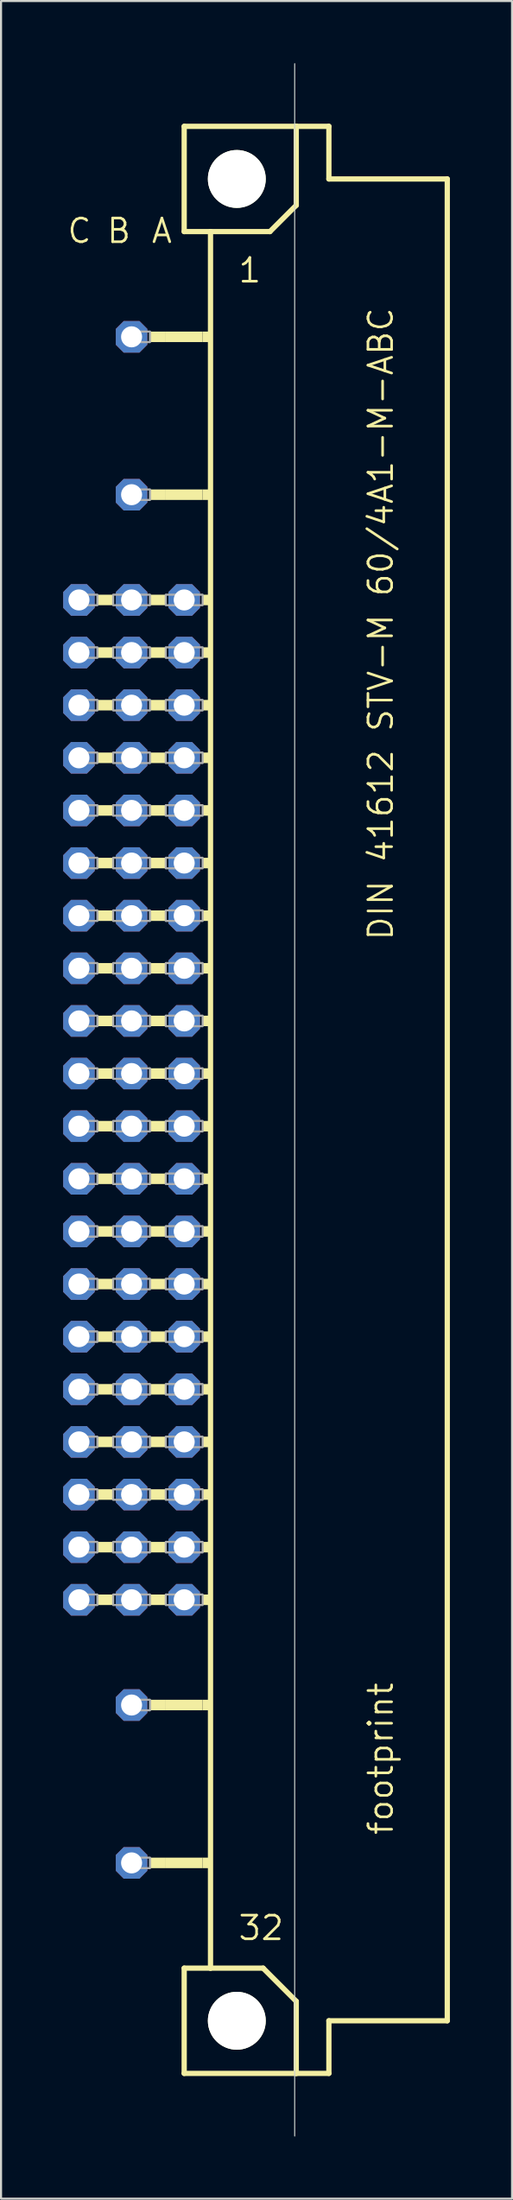
<source format=kicad_pcb>
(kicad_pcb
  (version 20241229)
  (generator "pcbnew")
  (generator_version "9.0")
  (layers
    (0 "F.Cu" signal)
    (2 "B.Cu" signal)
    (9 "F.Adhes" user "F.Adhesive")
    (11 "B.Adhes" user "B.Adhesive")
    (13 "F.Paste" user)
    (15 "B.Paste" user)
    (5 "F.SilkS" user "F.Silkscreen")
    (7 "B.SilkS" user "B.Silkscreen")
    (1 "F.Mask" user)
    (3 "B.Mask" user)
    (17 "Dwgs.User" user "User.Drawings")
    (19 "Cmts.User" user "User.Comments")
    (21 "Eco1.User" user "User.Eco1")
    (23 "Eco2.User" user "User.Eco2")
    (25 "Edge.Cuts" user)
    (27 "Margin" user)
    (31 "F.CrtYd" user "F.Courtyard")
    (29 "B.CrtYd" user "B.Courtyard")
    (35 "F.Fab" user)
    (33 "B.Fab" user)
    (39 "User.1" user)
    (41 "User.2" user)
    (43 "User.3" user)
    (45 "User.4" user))
  (footprint "footprint"
    (layer "F.Cu")
    (at 8.382 50.038)
    (property "Reference" "footprint" (at 7.62 35.56 90) (layer "F.SilkS") (effects (font (size 1.143 1.143) (thickness 0.127)) (justify left bottom)))
    (fp_line (start -2.54 -46.99) (end -2.54 -41.91) (stroke (width 0.254) (type solid)) (layer "F.SilkS"))
    (fp_line (start -2.54 -41.91) (end -1.27 -41.91) (stroke (width 0.254) (type solid)) (layer "F.SilkS"))
    (fp_line (start -2.54 41.91) (end -2.54 46.99) (stroke (width 0.254) (type solid)) (layer "F.SilkS"))
    (fp_line (start -2.54 41.91) (end -1.27 41.91) (stroke (width 0.254) (type solid)) (layer "F.SilkS"))
    (fp_line (start -2.54 46.99) (end 2.87 46.99) (stroke (width 0.254) (type solid)) (layer "F.SilkS"))
    (fp_line (start -1.27 -41.91) (end -1.27 41.91) (stroke (width 0.254) (type solid)) (layer "F.SilkS"))
    (fp_line (start -1.27 -41.91) (end 1.6 -41.91) (stroke (width 0.254) (type solid)) (layer "F.SilkS"))
    (fp_line (start -1.27 41.91) (end 1.27 41.91) (stroke (width 0.254) (type solid)) (layer "F.SilkS"))
    (fp_line (start 1.6 -41.91) (end 2.87 -43.18) (stroke (width 0.254) (type solid)) (layer "F.SilkS"))
    (fp_line (start 2.87 -46.99) (end -2.54 -46.99) (stroke (width 0.254) (type solid)) (layer "F.SilkS"))
    (fp_line (start 2.87 -43.18) (end 2.87 -46.99) (stroke (width 0.254) (type solid)) (layer "F.SilkS"))
    (fp_line (start 2.87 43.51) (end 1.27 41.91) (stroke (width 0.254) (type solid)) (layer "F.SilkS"))
    (fp_line (start 2.87 43.51) (end 2.87 46.99) (stroke (width 0.254) (type solid)) (layer "F.SilkS"))
    (fp_line (start 2.87 46.99) (end 4.445 46.99) (stroke (width 0.254) (type solid)) (layer "F.SilkS"))
    (fp_line (start 4.445 -46.99) (end 2.87 -46.99) (stroke (width 0.254) (type solid)) (layer "F.SilkS"))
    (fp_line (start 4.445 -44.45) (end 4.445 -46.99) (stroke (width 0.254) (type solid)) (layer "F.SilkS"))
    (fp_line (start 4.445 44.45) (end 10.16 44.45) (stroke (width 0.254) (type solid)) (layer "F.SilkS"))
    (fp_line (start 4.445 46.99) (end 4.445 44.45) (stroke (width 0.254) (type solid)) (layer "F.SilkS"))
    (fp_line (start 10.16 -44.45) (end 4.445 -44.45) (stroke (width 0.254) (type solid)) (layer "F.SilkS"))
    (fp_line (start 10.16 44.45) (end 10.16 -44.45) (stroke (width 0.254) (type solid)) (layer "F.SilkS"))
    (fp_circle (center 0 -44.45) (end 1.27 -44.45) (stroke (width 0.254) (type solid)) (fill no) (layer "F.SilkS"))
    (fp_circle (center 0 44.45) (end 1.27 44.45) (stroke (width 0.254) (type solid)) (fill no) (layer "F.SilkS"))
    (fp_poly (pts (xy -6.731 -23.876) (xy -5.969 -23.876) (xy -5.969 -24.384) (xy -6.731 -24.384)) (stroke (width 0) (type solid)) (fill yes) (layer "F.SilkS"))
    (fp_poly (pts (xy -6.731 -21.336) (xy -5.969 -21.336) (xy -5.969 -21.844) (xy -6.731 -21.844)) (stroke (width 0) (type solid)) (fill yes) (layer "F.SilkS"))
    (fp_poly (pts (xy -6.731 -18.796) (xy -5.969 -18.796) (xy -5.969 -19.304) (xy -6.731 -19.304)) (stroke (width 0) (type solid)) (fill yes) (layer "F.SilkS"))
    (fp_poly (pts (xy -6.731 -16.256) (xy -5.969 -16.256) (xy -5.969 -16.764) (xy -6.731 -16.764)) (stroke (width 0) (type solid)) (fill yes) (layer "F.SilkS"))
    (fp_poly (pts (xy -6.731 -13.716) (xy -5.969 -13.716) (xy -5.969 -14.224) (xy -6.731 -14.224)) (stroke (width 0) (type solid)) (fill yes) (layer "F.SilkS"))
    (fp_poly (pts (xy -6.731 -11.176) (xy -5.969 -11.176) (xy -5.969 -11.684) (xy -6.731 -11.684)) (stroke (width 0) (type solid)) (fill yes) (layer "F.SilkS"))
    (fp_poly (pts (xy -6.731 -8.636) (xy -5.969 -8.636) (xy -5.969 -9.144) (xy -6.731 -9.144)) (stroke (width 0) (type solid)) (fill yes) (layer "F.SilkS"))
    (fp_poly (pts (xy -6.731 -6.096) (xy -5.969 -6.096) (xy -5.969 -6.604) (xy -6.731 -6.604)) (stroke (width 0) (type solid)) (fill yes) (layer "F.SilkS"))
    (fp_poly (pts (xy -6.731 -3.556) (xy -5.969 -3.556) (xy -5.969 -4.064) (xy -6.731 -4.064)) (stroke (width 0) (type solid)) (fill yes) (layer "F.SilkS"))
    (fp_poly (pts (xy -6.731 -1.016) (xy -5.969 -1.016) (xy -5.969 -1.524) (xy -6.731 -1.524)) (stroke (width 0) (type solid)) (fill yes) (layer "F.SilkS"))
    (fp_poly (pts (xy -6.731 1.524) (xy -5.969 1.524) (xy -5.969 1.016) (xy -6.731 1.016)) (stroke (width 0) (type solid)) (fill yes) (layer "F.SilkS"))
    (fp_poly (pts (xy -6.731 4.064) (xy -5.969 4.064) (xy -5.969 3.556) (xy -6.731 3.556)) (stroke (width 0) (type solid)) (fill yes) (layer "F.SilkS"))
    (fp_poly (pts (xy -6.731 6.604) (xy -5.969 6.604) (xy -5.969 6.096) (xy -6.731 6.096)) (stroke (width 0) (type solid)) (fill yes) (layer "F.SilkS"))
    (fp_poly (pts (xy -6.731 9.144) (xy -5.969 9.144) (xy -5.969 8.636) (xy -6.731 8.636)) (stroke (width 0) (type solid)) (fill yes) (layer "F.SilkS"))
    (fp_poly (pts (xy -6.731 11.684) (xy -5.969 11.684) (xy -5.969 11.176) (xy -6.731 11.176)) (stroke (width 0) (type solid)) (fill yes) (layer "F.SilkS"))
    (fp_poly (pts (xy -6.731 14.224) (xy -5.969 14.224) (xy -5.969 13.716) (xy -6.731 13.716)) (stroke (width 0) (type solid)) (fill yes) (layer "F.SilkS"))
    (fp_poly (pts (xy -6.731 16.764) (xy -5.969 16.764) (xy -5.969 16.256) (xy -6.731 16.256)) (stroke (width 0) (type solid)) (fill yes) (layer "F.SilkS"))
    (fp_poly (pts (xy -6.731 19.304) (xy -5.969 19.304) (xy -5.969 18.796) (xy -6.731 18.796)) (stroke (width 0) (type solid)) (fill yes) (layer "F.SilkS"))
    (fp_poly (pts (xy -6.731 21.844) (xy -5.969 21.844) (xy -5.969 21.336) (xy -6.731 21.336)) (stroke (width 0) (type solid)) (fill yes) (layer "F.SilkS"))
    (fp_poly (pts (xy -6.731 24.384) (xy -5.969 24.384) (xy -5.969 23.876) (xy -6.731 23.876)) (stroke (width 0) (type solid)) (fill yes) (layer "F.SilkS"))
    (fp_poly (pts (xy -4.191 -36.576) (xy -3.429 -36.576) (xy -3.429 -37.084) (xy -4.191 -37.084)) (stroke (width 0) (type solid)) (fill yes) (layer "F.SilkS"))
    (fp_poly (pts (xy -4.191 -28.956) (xy -3.429 -28.956) (xy -3.429 -29.464) (xy -4.191 -29.464)) (stroke (width 0) (type solid)) (fill yes) (layer "F.SilkS"))
    (fp_poly (pts (xy -4.191 -23.876) (xy -3.429 -23.876) (xy -3.429 -24.384) (xy -4.191 -24.384)) (stroke (width 0) (type solid)) (fill yes) (layer "F.SilkS"))
    (fp_poly (pts (xy -4.191 -21.336) (xy -3.429 -21.336) (xy -3.429 -21.844) (xy -4.191 -21.844)) (stroke (width 0) (type solid)) (fill yes) (layer "F.SilkS"))
    (fp_poly (pts (xy -4.191 -18.796) (xy -3.429 -18.796) (xy -3.429 -19.304) (xy -4.191 -19.304)) (stroke (width 0) (type solid)) (fill yes) (layer "F.SilkS"))
    (fp_poly (pts (xy -4.191 -16.256) (xy -3.429 -16.256) (xy -3.429 -16.764) (xy -4.191 -16.764)) (stroke (width 0) (type solid)) (fill yes) (layer "F.SilkS"))
    (fp_poly (pts (xy -4.191 -13.716) (xy -3.429 -13.716) (xy -3.429 -14.224) (xy -4.191 -14.224)) (stroke (width 0) (type solid)) (fill yes) (layer "F.SilkS"))
    (fp_poly (pts (xy -4.191 -11.176) (xy -3.429 -11.176) (xy -3.429 -11.684) (xy -4.191 -11.684)) (stroke (width 0) (type solid)) (fill yes) (layer "F.SilkS"))
    (fp_poly (pts (xy -4.191 -8.636) (xy -3.429 -8.636) (xy -3.429 -9.144) (xy -4.191 -9.144)) (stroke (width 0) (type solid)) (fill yes) (layer "F.SilkS"))
    (fp_poly (pts (xy -4.191 -6.096) (xy -3.429 -6.096) (xy -3.429 -6.604) (xy -4.191 -6.604)) (stroke (width 0) (type solid)) (fill yes) (layer "F.SilkS"))
    (fp_poly (pts (xy -4.191 -3.556) (xy -3.429 -3.556) (xy -3.429 -4.064) (xy -4.191 -4.064)) (stroke (width 0) (type solid)) (fill yes) (layer "F.SilkS"))
    (fp_poly (pts (xy -4.191 -1.016) (xy -3.429 -1.016) (xy -3.429 -1.524) (xy -4.191 -1.524)) (stroke (width 0) (type solid)) (fill yes) (layer "F.SilkS"))
    (fp_poly (pts (xy -4.191 1.524) (xy -3.429 1.524) (xy -3.429 1.016) (xy -4.191 1.016)) (stroke (width 0) (type solid)) (fill yes) (layer "F.SilkS"))
    (fp_poly (pts (xy -4.191 4.064) (xy -3.429 4.064) (xy -3.429 3.556) (xy -4.191 3.556)) (stroke (width 0) (type solid)) (fill yes) (layer "F.SilkS"))
    (fp_poly (pts (xy -4.191 6.604) (xy -3.429 6.604) (xy -3.429 6.096) (xy -4.191 6.096)) (stroke (width 0) (type solid)) (fill yes) (layer "F.SilkS"))
    (fp_poly (pts (xy -4.191 9.144) (xy -3.429 9.144) (xy -3.429 8.636) (xy -4.191 8.636)) (stroke (width 0) (type solid)) (fill yes) (layer "F.SilkS"))
    (fp_poly (pts (xy -4.191 11.684) (xy -3.429 11.684) (xy -3.429 11.176) (xy -4.191 11.176)) (stroke (width 0) (type solid)) (fill yes) (layer "F.SilkS"))
    (fp_poly (pts (xy -4.191 14.224) (xy -3.429 14.224) (xy -3.429 13.716) (xy -4.191 13.716)) (stroke (width 0) (type solid)) (fill yes) (layer "F.SilkS"))
    (fp_poly (pts (xy -4.191 16.764) (xy -3.429 16.764) (xy -3.429 16.256) (xy -4.191 16.256)) (stroke (width 0) (type solid)) (fill yes) (layer "F.SilkS"))
    (fp_poly (pts (xy -4.191 19.304) (xy -3.429 19.304) (xy -3.429 18.796) (xy -4.191 18.796)) (stroke (width 0) (type solid)) (fill yes) (layer "F.SilkS"))
    (fp_poly (pts (xy -4.191 21.844) (xy -3.429 21.844) (xy -3.429 21.336) (xy -4.191 21.336)) (stroke (width 0) (type solid)) (fill yes) (layer "F.SilkS"))
    (fp_poly (pts (xy -4.191 24.384) (xy -3.429 24.384) (xy -3.429 23.876) (xy -4.191 23.876)) (stroke (width 0) (type solid)) (fill yes) (layer "F.SilkS"))
    (fp_poly (pts (xy -4.191 29.464) (xy -3.429 29.464) (xy -3.429 28.956) (xy -4.191 28.956)) (stroke (width 0) (type solid)) (fill yes) (layer "F.SilkS"))
    (fp_poly (pts (xy -4.191 37.084) (xy -3.429 37.084) (xy -3.429 36.576) (xy -4.191 36.576)) (stroke (width 0) (type solid)) (fill yes) (layer "F.SilkS"))
    (fp_poly (pts (xy -3.429 -36.576) (xy -1.651 -36.576) (xy -1.651 -37.084) (xy -3.429 -37.084)) (stroke (width 0) (type solid)) (fill yes) (layer "F.SilkS"))
    (fp_poly (pts (xy -3.429 -28.956) (xy -1.651 -28.956) (xy -1.651 -29.464) (xy -3.429 -29.464)) (stroke (width 0) (type solid)) (fill yes) (layer "F.SilkS"))
    (fp_poly (pts (xy -3.429 29.464) (xy -1.651 29.464) (xy -1.651 28.956) (xy -3.429 28.956)) (stroke (width 0) (type solid)) (fill yes) (layer "F.SilkS"))
    (fp_poly (pts (xy -3.429 37.084) (xy -1.651 37.084) (xy -1.651 36.576) (xy -3.429 36.576)) (stroke (width 0) (type solid)) (fill yes) (layer "F.SilkS"))
    (fp_poly (pts (xy -1.651 -36.576) (xy -1.27 -36.576) (xy -1.27 -37.084) (xy -1.651 -37.084)) (stroke (width 0) (type solid)) (fill yes) (layer "F.SilkS"))
    (fp_poly (pts (xy -1.651 -28.956) (xy -1.27 -28.956) (xy -1.27 -29.464) (xy -1.651 -29.464)) (stroke (width 0) (type solid)) (fill yes) (layer "F.SilkS"))
    (fp_poly (pts (xy -1.651 -23.876) (xy -1.27 -23.876) (xy -1.27 -24.384) (xy -1.651 -24.384)) (stroke (width 0) (type solid)) (fill yes) (layer "F.SilkS"))
    (fp_poly (pts (xy -1.651 -21.336) (xy -1.27 -21.336) (xy -1.27 -21.844) (xy -1.651 -21.844)) (stroke (width 0) (type solid)) (fill yes) (layer "F.SilkS"))
    (fp_poly (pts (xy -1.651 -18.796) (xy -1.27 -18.796) (xy -1.27 -19.304) (xy -1.651 -19.304)) (stroke (width 0) (type solid)) (fill yes) (layer "F.SilkS"))
    (fp_poly (pts (xy -1.651 -16.256) (xy -1.27 -16.256) (xy -1.27 -16.764) (xy -1.651 -16.764)) (stroke (width 0) (type solid)) (fill yes) (layer "F.SilkS"))
    (fp_poly (pts (xy -1.651 -13.716) (xy -1.27 -13.716) (xy -1.27 -14.224) (xy -1.651 -14.224)) (stroke (width 0) (type solid)) (fill yes) (layer "F.SilkS"))
    (fp_poly (pts (xy -1.651 -11.176) (xy -1.27 -11.176) (xy -1.27 -11.684) (xy -1.651 -11.684)) (stroke (width 0) (type solid)) (fill yes) (layer "F.SilkS"))
    (fp_poly (pts (xy -1.651 -8.636) (xy -1.27 -8.636) (xy -1.27 -9.144) (xy -1.651 -9.144)) (stroke (width 0) (type solid)) (fill yes) (layer "F.SilkS"))
    (fp_poly (pts (xy -1.651 -6.096) (xy -1.27 -6.096) (xy -1.27 -6.604) (xy -1.651 -6.604)) (stroke (width 0) (type solid)) (fill yes) (layer "F.SilkS"))
    (fp_poly (pts (xy -1.651 -3.556) (xy -1.27 -3.556) (xy -1.27 -4.064) (xy -1.651 -4.064)) (stroke (width 0) (type solid)) (fill yes) (layer "F.SilkS"))
    (fp_poly (pts (xy -1.651 -1.016) (xy -1.27 -1.016) (xy -1.27 -1.524) (xy -1.651 -1.524)) (stroke (width 0) (type solid)) (fill yes) (layer "F.SilkS"))
    (fp_poly (pts (xy -1.651 1.524) (xy -1.27 1.524) (xy -1.27 1.016) (xy -1.651 1.016)) (stroke (width 0) (type solid)) (fill yes) (layer "F.SilkS"))
    (fp_poly (pts (xy -1.651 4.064) (xy -1.27 4.064) (xy -1.27 3.556) (xy -1.651 3.556)) (stroke (width 0) (type solid)) (fill yes) (layer "F.SilkS"))
    (fp_poly (pts (xy -1.651 6.604) (xy -1.27 6.604) (xy -1.27 6.096) (xy -1.651 6.096)) (stroke (width 0) (type solid)) (fill yes) (layer "F.SilkS"))
    (fp_poly (pts (xy -1.651 9.144) (xy -1.27 9.144) (xy -1.27 8.636) (xy -1.651 8.636)) (stroke (width 0) (type solid)) (fill yes) (layer "F.SilkS"))
    (fp_poly (pts (xy -1.651 11.684) (xy -1.27 11.684) (xy -1.27 11.176) (xy -1.651 11.176)) (stroke (width 0) (type solid)) (fill yes) (layer "F.SilkS"))
    (fp_poly (pts (xy -1.651 14.224) (xy -1.27 14.224) (xy -1.27 13.716) (xy -1.651 13.716)) (stroke (width 0) (type solid)) (fill yes) (layer "F.SilkS"))
    (fp_poly (pts (xy -1.651 16.764) (xy -1.27 16.764) (xy -1.27 16.256) (xy -1.651 16.256)) (stroke (width 0) (type solid)) (fill yes) (layer "F.SilkS"))
    (fp_poly (pts (xy -1.651 19.304) (xy -1.27 19.304) (xy -1.27 18.796) (xy -1.651 18.796)) (stroke (width 0) (type solid)) (fill yes) (layer "F.SilkS"))
    (fp_poly (pts (xy -1.651 21.844) (xy -1.27 21.844) (xy -1.27 21.336) (xy -1.651 21.336)) (stroke (width 0) (type solid)) (fill yes) (layer "F.SilkS"))
    (fp_poly (pts (xy -1.651 24.384) (xy -1.27 24.384) (xy -1.27 23.876) (xy -1.651 23.876)) (stroke (width 0) (type solid)) (fill yes) (layer "F.SilkS"))
    (fp_poly (pts (xy -1.651 29.464) (xy -1.27 29.464) (xy -1.27 28.956) (xy -1.651 28.956)) (stroke (width 0) (type solid)) (fill yes) (layer "F.SilkS"))
    (fp_poly (pts (xy -1.651 37.084) (xy -1.27 37.084) (xy -1.27 36.576) (xy -1.651 36.576)) (stroke (width 0) (type solid)) (fill yes) (layer "F.SilkS"))
    (fp_line (start 2.794 50.013) (end 2.794 -50.013) (stroke (width 0.05) (type solid)) (layer "Edge.Cuts"))
    (fp_poly (pts (xy -7.874 -23.876) (xy -6.731 -23.876) (xy -6.731 -24.384) (xy -7.874 -24.384)) (stroke (width 0.1) (type solid)) (fill no) (layer "F.Fab"))
    (fp_poly (pts (xy -7.874 -21.336) (xy -6.731 -21.336) (xy -6.731 -21.844) (xy -7.874 -21.844)) (stroke (width 0.1) (type solid)) (fill no) (layer "F.Fab"))
    (fp_poly (pts (xy -7.874 -18.796) (xy -6.731 -18.796) (xy -6.731 -19.304) (xy -7.874 -19.304)) (stroke (width 0.1) (type solid)) (fill no) (layer "F.Fab"))
    (fp_poly (pts (xy -7.874 -16.256) (xy -6.731 -16.256) (xy -6.731 -16.764) (xy -7.874 -16.764)) (stroke (width 0.1) (type solid)) (fill no) (layer "F.Fab"))
    (fp_poly (pts (xy -7.874 -13.716) (xy -6.731 -13.716) (xy -6.731 -14.224) (xy -7.874 -14.224)) (stroke (width 0.1) (type solid)) (fill no) (layer "F.Fab"))
    (fp_poly (pts (xy -7.874 -11.176) (xy -6.731 -11.176) (xy -6.731 -11.684) (xy -7.874 -11.684)) (stroke (width 0.1) (type solid)) (fill no) (layer "F.Fab"))
    (fp_poly (pts (xy -7.874 -8.636) (xy -6.731 -8.636) (xy -6.731 -9.144) (xy -7.874 -9.144)) (stroke (width 0.1) (type solid)) (fill no) (layer "F.Fab"))
    (fp_poly (pts (xy -7.874 -6.096) (xy -6.731 -6.096) (xy -6.731 -6.604) (xy -7.874 -6.604)) (stroke (width 0.1) (type solid)) (fill no) (layer "F.Fab"))
    (fp_poly (pts (xy -7.874 -3.556) (xy -6.731 -3.556) (xy -6.731 -4.064) (xy -7.874 -4.064)) (stroke (width 0.1) (type solid)) (fill no) (layer "F.Fab"))
    (fp_poly (pts (xy -7.874 -1.016) (xy -6.731 -1.016) (xy -6.731 -1.524) (xy -7.874 -1.524)) (stroke (width 0.1) (type solid)) (fill no) (layer "F.Fab"))
    (fp_poly (pts (xy -7.874 1.524) (xy -6.731 1.524) (xy -6.731 1.016) (xy -7.874 1.016)) (stroke (width 0.1) (type solid)) (fill no) (layer "F.Fab"))
    (fp_poly (pts (xy -7.874 4.064) (xy -6.731 4.064) (xy -6.731 3.556) (xy -7.874 3.556)) (stroke (width 0.1) (type solid)) (fill no) (layer "F.Fab"))
    (fp_poly (pts (xy -7.874 6.604) (xy -6.731 6.604) (xy -6.731 6.096) (xy -7.874 6.096)) (stroke (width 0.1) (type solid)) (fill no) (layer "F.Fab"))
    (fp_poly (pts (xy -7.874 9.144) (xy -6.731 9.144) (xy -6.731 8.636) (xy -7.874 8.636)) (stroke (width 0.1) (type solid)) (fill no) (layer "F.Fab"))
    (fp_poly (pts (xy -7.874 11.684) (xy -6.731 11.684) (xy -6.731 11.176) (xy -7.874 11.176)) (stroke (width 0.1) (type solid)) (fill no) (layer "F.Fab"))
    (fp_poly (pts (xy -7.874 14.224) (xy -6.731 14.224) (xy -6.731 13.716) (xy -7.874 13.716)) (stroke (width 0.1) (type solid)) (fill no) (layer "F.Fab"))
    (fp_poly (pts (xy -7.874 16.764) (xy -6.731 16.764) (xy -6.731 16.256) (xy -7.874 16.256)) (stroke (width 0.1) (type solid)) (fill no) (layer "F.Fab"))
    (fp_poly (pts (xy -7.874 19.304) (xy -6.731 19.304) (xy -6.731 18.796) (xy -7.874 18.796)) (stroke (width 0.1) (type solid)) (fill no) (layer "F.Fab"))
    (fp_poly (pts (xy -7.874 21.844) (xy -6.731 21.844) (xy -6.731 21.336) (xy -7.874 21.336)) (stroke (width 0.1) (type solid)) (fill no) (layer "F.Fab"))
    (fp_poly (pts (xy -7.874 24.384) (xy -6.731 24.384) (xy -6.731 23.876) (xy -7.874 23.876)) (stroke (width 0.1) (type solid)) (fill no) (layer "F.Fab"))
    (fp_poly (pts (xy -5.969 -23.876) (xy -4.191 -23.876) (xy -4.191 -24.384) (xy -5.969 -24.384)) (stroke (width 0.1) (type solid)) (fill no) (layer "F.Fab"))
    (fp_poly (pts (xy -5.969 -21.336) (xy -4.191 -21.336) (xy -4.191 -21.844) (xy -5.969 -21.844)) (stroke (width 0.1) (type solid)) (fill no) (layer "F.Fab"))
    (fp_poly (pts (xy -5.969 -18.796) (xy -4.191 -18.796) (xy -4.191 -19.304) (xy -5.969 -19.304)) (stroke (width 0.1) (type solid)) (fill no) (layer "F.Fab"))
    (fp_poly (pts (xy -5.969 -16.256) (xy -4.191 -16.256) (xy -4.191 -16.764) (xy -5.969 -16.764)) (stroke (width 0.1) (type solid)) (fill no) (layer "F.Fab"))
    (fp_poly (pts (xy -5.969 -13.716) (xy -4.191 -13.716) (xy -4.191 -14.224) (xy -5.969 -14.224)) (stroke (width 0.1) (type solid)) (fill no) (layer "F.Fab"))
    (fp_poly (pts (xy -5.969 -11.176) (xy -4.191 -11.176) (xy -4.191 -11.684) (xy -5.969 -11.684)) (stroke (width 0.1) (type solid)) (fill no) (layer "F.Fab"))
    (fp_poly (pts (xy -5.969 -8.636) (xy -4.191 -8.636) (xy -4.191 -9.144) (xy -5.969 -9.144)) (stroke (width 0.1) (type solid)) (fill no) (layer "F.Fab"))
    (fp_poly (pts (xy -5.969 -6.096) (xy -4.191 -6.096) (xy -4.191 -6.604) (xy -5.969 -6.604)) (stroke (width 0.1) (type solid)) (fill no) (layer "F.Fab"))
    (fp_poly (pts (xy -5.969 -3.556) (xy -4.191 -3.556) (xy -4.191 -4.064) (xy -5.969 -4.064)) (stroke (width 0.1) (type solid)) (fill no) (layer "F.Fab"))
    (fp_poly (pts (xy -5.969 -1.016) (xy -4.191 -1.016) (xy -4.191 -1.524) (xy -5.969 -1.524)) (stroke (width 0.1) (type solid)) (fill no) (layer "F.Fab"))
    (fp_poly (pts (xy -5.969 1.524) (xy -4.191 1.524) (xy -4.191 1.016) (xy -5.969 1.016)) (stroke (width 0.1) (type solid)) (fill no) (layer "F.Fab"))
    (fp_poly (pts (xy -5.969 4.064) (xy -4.191 4.064) (xy -4.191 3.556) (xy -5.969 3.556)) (stroke (width 0.1) (type solid)) (fill no) (layer "F.Fab"))
    (fp_poly (pts (xy -5.969 6.604) (xy -4.191 6.604) (xy -4.191 6.096) (xy -5.969 6.096)) (stroke (width 0.1) (type solid)) (fill no) (layer "F.Fab"))
    (fp_poly (pts (xy -5.969 9.144) (xy -4.191 9.144) (xy -4.191 8.636) (xy -5.969 8.636)) (stroke (width 0.1) (type solid)) (fill no) (layer "F.Fab"))
    (fp_poly (pts (xy -5.969 11.684) (xy -4.191 11.684) (xy -4.191 11.176) (xy -5.969 11.176)) (stroke (width 0.1) (type solid)) (fill no) (layer "F.Fab"))
    (fp_poly (pts (xy -5.969 14.224) (xy -4.191 14.224) (xy -4.191 13.716) (xy -5.969 13.716)) (stroke (width 0.1) (type solid)) (fill no) (layer "F.Fab"))
    (fp_poly (pts (xy -5.969 16.764) (xy -4.191 16.764) (xy -4.191 16.256) (xy -5.969 16.256)) (stroke (width 0.1) (type solid)) (fill no) (layer "F.Fab"))
    (fp_poly (pts (xy -5.969 19.304) (xy -4.191 19.304) (xy -4.191 18.796) (xy -5.969 18.796)) (stroke (width 0.1) (type solid)) (fill no) (layer "F.Fab"))
    (fp_poly (pts (xy -5.969 21.844) (xy -4.191 21.844) (xy -4.191 21.336) (xy -5.969 21.336)) (stroke (width 0.1) (type solid)) (fill no) (layer "F.Fab"))
    (fp_poly (pts (xy -5.969 24.384) (xy -4.191 24.384) (xy -4.191 23.876) (xy -5.969 23.876)) (stroke (width 0.1) (type solid)) (fill no) (layer "F.Fab"))
    (fp_poly (pts (xy -5.334 -36.576) (xy -4.191 -36.576) (xy -4.191 -37.084) (xy -5.334 -37.084)) (stroke (width 0.1) (type solid)) (fill no) (layer "F.Fab"))
    (fp_poly (pts (xy -5.334 -28.956) (xy -4.191 -28.956) (xy -4.191 -29.464) (xy -5.334 -29.464)) (stroke (width 0.1) (type solid)) (fill no) (layer "F.Fab"))
    (fp_poly (pts (xy -5.334 29.464) (xy -4.191 29.464) (xy -4.191 28.956) (xy -5.334 28.956)) (stroke (width 0.1) (type solid)) (fill no) (layer "F.Fab"))
    (fp_poly (pts (xy -5.334 37.084) (xy -4.191 37.084) (xy -4.191 36.576) (xy -5.334 36.576)) (stroke (width 0.1) (type solid)) (fill no) (layer "F.Fab"))
    (fp_poly (pts (xy -3.429 -23.876) (xy -1.651 -23.876) (xy -1.651 -24.384) (xy -3.429 -24.384)) (stroke (width 0.1) (type solid)) (fill no) (layer "F.Fab"))
    (fp_poly (pts (xy -3.429 -21.336) (xy -1.651 -21.336) (xy -1.651 -21.844) (xy -3.429 -21.844)) (stroke (width 0.1) (type solid)) (fill no) (layer "F.Fab"))
    (fp_poly (pts (xy -3.429 -18.796) (xy -1.651 -18.796) (xy -1.651 -19.304) (xy -3.429 -19.304)) (stroke (width 0.1) (type solid)) (fill no) (layer "F.Fab"))
    (fp_poly (pts (xy -3.429 -16.256) (xy -1.651 -16.256) (xy -1.651 -16.764) (xy -3.429 -16.764)) (stroke (width 0.1) (type solid)) (fill no) (layer "F.Fab"))
    (fp_poly (pts (xy -3.429 -13.716) (xy -1.651 -13.716) (xy -1.651 -14.224) (xy -3.429 -14.224)) (stroke (width 0.1) (type solid)) (fill no) (layer "F.Fab"))
    (fp_poly (pts (xy -3.429 -11.176) (xy -1.651 -11.176) (xy -1.651 -11.684) (xy -3.429 -11.684)) (stroke (width 0.1) (type solid)) (fill no) (layer "F.Fab"))
    (fp_poly (pts (xy -3.429 -8.636) (xy -1.651 -8.636) (xy -1.651 -9.144) (xy -3.429 -9.144)) (stroke (width 0.1) (type solid)) (fill no) (layer "F.Fab"))
    (fp_poly (pts (xy -3.429 -6.096) (xy -1.651 -6.096) (xy -1.651 -6.604) (xy -3.429 -6.604)) (stroke (width 0.1) (type solid)) (fill no) (layer "F.Fab"))
    (fp_poly (pts (xy -3.429 -3.556) (xy -1.651 -3.556) (xy -1.651 -4.064) (xy -3.429 -4.064)) (stroke (width 0.1) (type solid)) (fill no) (layer "F.Fab"))
    (fp_poly (pts (xy -3.429 -1.016) (xy -1.651 -1.016) (xy -1.651 -1.524) (xy -3.429 -1.524)) (stroke (width 0.1) (type solid)) (fill no) (layer "F.Fab"))
    (fp_poly (pts (xy -3.429 1.524) (xy -1.651 1.524) (xy -1.651 1.016) (xy -3.429 1.016)) (stroke (width 0.1) (type solid)) (fill no) (layer "F.Fab"))
    (fp_poly (pts (xy -3.429 4.064) (xy -1.651 4.064) (xy -1.651 3.556) (xy -3.429 3.556)) (stroke (width 0.1) (type solid)) (fill no) (layer "F.Fab"))
    (fp_poly (pts (xy -3.429 6.604) (xy -1.651 6.604) (xy -1.651 6.096) (xy -3.429 6.096)) (stroke (width 0.1) (type solid)) (fill no) (layer "F.Fab"))
    (fp_poly (pts (xy -3.429 9.144) (xy -1.651 9.144) (xy -1.651 8.636) (xy -3.429 8.636)) (stroke (width 0.1) (type solid)) (fill no) (layer "F.Fab"))
    (fp_poly (pts (xy -3.429 11.684) (xy -1.651 11.684) (xy -1.651 11.176) (xy -3.429 11.176)) (stroke (width 0.1) (type solid)) (fill no) (layer "F.Fab"))
    (fp_poly (pts (xy -3.429 14.224) (xy -1.651 14.224) (xy -1.651 13.716) (xy -3.429 13.716)) (stroke (width 0.1) (type solid)) (fill no) (layer "F.Fab"))
    (fp_poly (pts (xy -3.429 16.764) (xy -1.651 16.764) (xy -1.651 16.256) (xy -3.429 16.256)) (stroke (width 0.1) (type solid)) (fill no) (layer "F.Fab"))
    (fp_poly (pts (xy -3.429 19.304) (xy -1.651 19.304) (xy -1.651 18.796) (xy -3.429 18.796)) (stroke (width 0.1) (type solid)) (fill no) (layer "F.Fab"))
    (fp_poly (pts (xy -3.429 21.844) (xy -1.651 21.844) (xy -1.651 21.336) (xy -3.429 21.336)) (stroke (width 0.1) (type solid)) (fill no) (layer "F.Fab"))
    (fp_poly (pts (xy -3.429 24.384) (xy -1.651 24.384) (xy -1.651 23.876) (xy -3.429 23.876)) (stroke (width 0.1) (type solid)) (fill no) (layer "F.Fab"))
    (fp_text user "B" (at -6.35 -41.275 0) (layer "F.SilkS") (effects (font (size 1.143 1.143) (thickness 0.127)) (justify left bottom)))
    (fp_text user "1" (at 0 -39.37 0) (layer "F.SilkS") (effects (font (size 1.143 1.143) (thickness 0.127)) (justify left bottom)))
    (fp_text user "C" (at -8.255 -41.275 0) (layer "F.SilkS") (effects (font (size 1.143 1.143) (thickness 0.127)) (justify left bottom)))
    (fp_text user "DIN 41612 STV-M 60/4A1-M-ABC" (at 7.62 -7.62 90) (layer "F.SilkS") (effects (font (size 1.143 1.143) (thickness 0.127)) (justify left bottom)))
    (fp_text user "A" (at -4.191 -41.275 0) (layer "F.SilkS") (effects (font (size 1.143 1.143) (thickness 0.127)) (justify left bottom)))
    (fp_text user "32" (at 0 40.64 0) (layer "F.SilkS") (effects (font (size 1.143 1.143) (thickness 0.127)) (justify left bottom)))
    (pad "" np_thru_hole circle (at 0 -44.45) (size 2.794 2.794) (drill 2.794) (layers "*.Cu" "*.Mask"))
    (pad "" np_thru_hole circle (at 0 44.45) (size 2.794 2.794) (drill 2.794) (layers "*.Cu" "*.Mask"))
    (pad "A7" thru_hole roundrect (at -2.54 -24.13) (size 1.524 1.524) (drill 1.016) (layers "*.Cu" "*.Mask") (roundrect_rratio 0.25) (chamfer_ratio 0.25) (chamfer top_left top_right bottom_left bottom_right))
    (pad "A8" thru_hole roundrect (at -2.54 -21.59) (size 1.524 1.524) (drill 1.016) (layers "*.Cu" "*.Mask") (roundrect_rratio 0.25) (chamfer_ratio 0.25) (chamfer top_left top_right bottom_left bottom_right))
    (pad "A9" thru_hole roundrect (at -2.54 -19.05) (size 1.524 1.524) (drill 1.016) (layers "*.Cu" "*.Mask") (roundrect_rratio 0.25) (chamfer_ratio 0.25) (chamfer top_left top_right bottom_left bottom_right))
    (pad "A10" thru_hole roundrect (at -2.54 -16.51) (size 1.524 1.524) (drill 1.016) (layers "*.Cu" "*.Mask") (roundrect_rratio 0.25) (chamfer_ratio 0.25) (chamfer top_left top_right bottom_left bottom_right))
    (pad "A11" thru_hole roundrect (at -2.54 -13.97) (size 1.524 1.524) (drill 1.016) (layers "*.Cu" "*.Mask") (roundrect_rratio 0.25) (chamfer_ratio 0.25) (chamfer top_left top_right bottom_left bottom_right))
    (pad "A12" thru_hole roundrect (at -2.54 -11.43) (size 1.524 1.524) (drill 1.016) (layers "*.Cu" "*.Mask") (roundrect_rratio 0.25) (chamfer_ratio 0.25) (chamfer top_left top_right bottom_left bottom_right))
    (pad "A13" thru_hole roundrect (at -2.54 -8.89) (size 1.524 1.524) (drill 1.016) (layers "*.Cu" "*.Mask") (roundrect_rratio 0.25) (chamfer_ratio 0.25) (chamfer top_left top_right bottom_left bottom_right))
    (pad "A14" thru_hole roundrect (at -2.54 -6.35) (size 1.524 1.524) (drill 1.016) (layers "*.Cu" "*.Mask") (roundrect_rratio 0.25) (chamfer_ratio 0.25) (chamfer top_left top_right bottom_left bottom_right))
    (pad "A15" thru_hole roundrect (at -2.54 -3.81) (size 1.524 1.524) (drill 1.016) (layers "*.Cu" "*.Mask") (roundrect_rratio 0.25) (chamfer_ratio 0.25) (chamfer top_left top_right bottom_left bottom_right))
    (pad "A16" thru_hole roundrect (at -2.54 -1.27) (size 1.524 1.524) (drill 1.016) (layers "*.Cu" "*.Mask") (roundrect_rratio 0.25) (chamfer_ratio 0.25) (chamfer top_left top_right bottom_left bottom_right))
    (pad "A17" thru_hole roundrect (at -2.54 1.27) (size 1.524 1.524) (drill 1.016) (layers "*.Cu" "*.Mask") (roundrect_rratio 0.25) (chamfer_ratio 0.25) (chamfer top_left top_right bottom_left bottom_right))
    (pad "A18" thru_hole roundrect (at -2.54 3.81) (size 1.524 1.524) (drill 1.016) (layers "*.Cu" "*.Mask") (roundrect_rratio 0.25) (chamfer_ratio 0.25) (chamfer top_left top_right bottom_left bottom_right))
    (pad "A19" thru_hole roundrect (at -2.54 6.35) (size 1.524 1.524) (drill 1.016) (layers "*.Cu" "*.Mask") (roundrect_rratio 0.25) (chamfer_ratio 0.25) (chamfer top_left top_right bottom_left bottom_right))
    (pad "A20" thru_hole roundrect (at -2.54 8.89) (size 1.524 1.524) (drill 1.016) (layers "*.Cu" "*.Mask") (roundrect_rratio 0.25) (chamfer_ratio 0.25) (chamfer top_left top_right bottom_left bottom_right))
    (pad "A21" thru_hole roundrect (at -2.54 11.43) (size 1.524 1.524) (drill 1.016) (layers "*.Cu" "*.Mask") (roundrect_rratio 0.25) (chamfer_ratio 0.25) (chamfer top_left top_right bottom_left bottom_right))
    (pad "A22" thru_hole roundrect (at -2.54 13.97) (size 1.524 1.524) (drill 1.016) (layers "*.Cu" "*.Mask") (roundrect_rratio 0.25) (chamfer_ratio 0.25) (chamfer top_left top_right bottom_left bottom_right))
    (pad "A23" thru_hole roundrect (at -2.54 16.51) (size 1.524 1.524) (drill 1.016) (layers "*.Cu" "*.Mask") (roundrect_rratio 0.25) (chamfer_ratio 0.25) (chamfer top_left top_right bottom_left bottom_right))
    (pad "A24" thru_hole roundrect (at -2.54 19.05) (size 1.524 1.524) (drill 1.016) (layers "*.Cu" "*.Mask") (roundrect_rratio 0.25) (chamfer_ratio 0.25) (chamfer top_left top_right bottom_left bottom_right))
    (pad "A25" thru_hole roundrect (at -2.54 21.59) (size 1.524 1.524) (drill 1.016) (layers "*.Cu" "*.Mask") (roundrect_rratio 0.25) (chamfer_ratio 0.25) (chamfer top_left top_right bottom_left bottom_right))
    (pad "A26" thru_hole roundrect (at -2.54 24.13) (size 1.524 1.524) (drill 1.016) (layers "*.Cu" "*.Mask") (roundrect_rratio 0.25) (chamfer_ratio 0.25) (chamfer top_left top_right bottom_left bottom_right))
    (pad "B2" thru_hole roundrect (at -5.08 -36.83) (size 1.524 1.524) (drill 1.016) (layers "*.Cu" "*.Mask") (roundrect_rratio 0.25) (chamfer_ratio 0.25) (chamfer top_left top_right bottom_left bottom_right))
    (pad "B5" thru_hole roundrect (at -5.08 -29.21) (size 1.524 1.524) (drill 1.016) (layers "*.Cu" "*.Mask") (roundrect_rratio 0.25) (chamfer_ratio 0.25) (chamfer top_left top_right bottom_left bottom_right))
    (pad "B7" thru_hole roundrect (at -5.08 -24.13) (size 1.524 1.524) (drill 1.016) (layers "*.Cu" "*.Mask") (roundrect_rratio 0.25) (chamfer_ratio 0.25) (chamfer top_left top_right bottom_left bottom_right))
    (pad "B8" thru_hole roundrect (at -5.08 -21.59) (size 1.524 1.524) (drill 1.016) (layers "*.Cu" "*.Mask") (roundrect_rratio 0.25) (chamfer_ratio 0.25) (chamfer top_left top_right bottom_left bottom_right))
    (pad "B9" thru_hole roundrect (at -5.08 -19.05) (size 1.524 1.524) (drill 1.016) (layers "*.Cu" "*.Mask") (roundrect_rratio 0.25) (chamfer_ratio 0.25) (chamfer top_left top_right bottom_left bottom_right))
    (pad "B10" thru_hole roundrect (at -5.08 -16.51) (size 1.524 1.524) (drill 1.016) (layers "*.Cu" "*.Mask") (roundrect_rratio 0.25) (chamfer_ratio 0.25) (chamfer top_left top_right bottom_left bottom_right))
    (pad "B11" thru_hole roundrect (at -5.08 -13.97) (size 1.524 1.524) (drill 1.016) (layers "*.Cu" "*.Mask") (roundrect_rratio 0.25) (chamfer_ratio 0.25) (chamfer top_left top_right bottom_left bottom_right))
    (pad "B12" thru_hole roundrect (at -5.08 -11.43) (size 1.524 1.524) (drill 1.016) (layers "*.Cu" "*.Mask") (roundrect_rratio 0.25) (chamfer_ratio 0.25) (chamfer top_left top_right bottom_left bottom_right))
    (pad "B13" thru_hole roundrect (at -5.08 -8.89) (size 1.524 1.524) (drill 1.016) (layers "*.Cu" "*.Mask") (roundrect_rratio 0.25) (chamfer_ratio 0.25) (chamfer top_left top_right bottom_left bottom_right))
    (pad "B14" thru_hole roundrect (at -5.08 -6.35) (size 1.524 1.524) (drill 1.016) (layers "*.Cu" "*.Mask") (roundrect_rratio 0.25) (chamfer_ratio 0.25) (chamfer top_left top_right bottom_left bottom_right))
    (pad "B15" thru_hole roundrect (at -5.08 -3.81) (size 1.524 1.524) (drill 1.016) (layers "*.Cu" "*.Mask") (roundrect_rratio 0.25) (chamfer_ratio 0.25) (chamfer top_left top_right bottom_left bottom_right))
    (pad "B16" thru_hole roundrect (at -5.08 -1.27) (size 1.524 1.524) (drill 1.016) (layers "*.Cu" "*.Mask") (roundrect_rratio 0.25) (chamfer_ratio 0.25) (chamfer top_left top_right bottom_left bottom_right))
    (pad "B17" thru_hole roundrect (at -5.08 1.27) (size 1.524 1.524) (drill 1.016) (layers "*.Cu" "*.Mask") (roundrect_rratio 0.25) (chamfer_ratio 0.25) (chamfer top_left top_right bottom_left bottom_right))
    (pad "B18" thru_hole roundrect (at -5.08 3.81) (size 1.524 1.524) (drill 1.016) (layers "*.Cu" "*.Mask") (roundrect_rratio 0.25) (chamfer_ratio 0.25) (chamfer top_left top_right bottom_left bottom_right))
    (pad "B19" thru_hole roundrect (at -5.08 6.35) (size 1.524 1.524) (drill 1.016) (layers "*.Cu" "*.Mask") (roundrect_rratio 0.25) (chamfer_ratio 0.25) (chamfer top_left top_right bottom_left bottom_right))
    (pad "B20" thru_hole roundrect (at -5.08 8.89) (size 1.524 1.524) (drill 1.016) (layers "*.Cu" "*.Mask") (roundrect_rratio 0.25) (chamfer_ratio 0.25) (chamfer top_left top_right bottom_left bottom_right))
    (pad "B21" thru_hole roundrect (at -5.08 11.43) (size 1.524 1.524) (drill 1.016) (layers "*.Cu" "*.Mask") (roundrect_rratio 0.25) (chamfer_ratio 0.25) (chamfer top_left top_right bottom_left bottom_right))
    (pad "B22" thru_hole roundrect (at -5.08 13.97) (size 1.524 1.524) (drill 1.016) (layers "*.Cu" "*.Mask") (roundrect_rratio 0.25) (chamfer_ratio 0.25) (chamfer top_left top_right bottom_left bottom_right))
    (pad "B23" thru_hole roundrect (at -5.08 16.51) (size 1.524 1.524) (drill 1.016) (layers "*.Cu" "*.Mask") (roundrect_rratio 0.25) (chamfer_ratio 0.25) (chamfer top_left top_right bottom_left bottom_right))
    (pad "B24" thru_hole roundrect (at -5.08 19.05) (size 1.524 1.524) (drill 1.016) (layers "*.Cu" "*.Mask") (roundrect_rratio 0.25) (chamfer_ratio 0.25) (chamfer top_left top_right bottom_left bottom_right))
    (pad "B25" thru_hole roundrect (at -5.08 21.59) (size 1.524 1.524) (drill 1.016) (layers "*.Cu" "*.Mask") (roundrect_rratio 0.25) (chamfer_ratio 0.25) (chamfer top_left top_right bottom_left bottom_right))
    (pad "B26" thru_hole roundrect (at -5.08 24.13) (size 1.524 1.524) (drill 1.016) (layers "*.Cu" "*.Mask") (roundrect_rratio 0.25) (chamfer_ratio 0.25) (chamfer top_left top_right bottom_left bottom_right))
    (pad "B28" thru_hole roundrect (at -5.08 29.21) (size 1.524 1.524) (drill 1.016) (layers "*.Cu" "*.Mask") (roundrect_rratio 0.25) (chamfer_ratio 0.25) (chamfer top_left top_right bottom_left bottom_right))
    (pad "B31" thru_hole roundrect (at -5.08 36.83) (size 1.524 1.524) (drill 1.016) (layers "*.Cu" "*.Mask") (roundrect_rratio 0.25) (chamfer_ratio 0.25) (chamfer top_left top_right bottom_left bottom_right))
    (pad "C7" thru_hole roundrect (at -7.62 -24.13) (size 1.524 1.524) (drill 1.016) (layers "*.Cu" "*.Mask") (roundrect_rratio 0.25) (chamfer_ratio 0.25) (chamfer top_left top_right bottom_left bottom_right))
    (pad "C8" thru_hole roundrect (at -7.62 -21.59) (size 1.524 1.524) (drill 1.016) (layers "*.Cu" "*.Mask") (roundrect_rratio 0.25) (chamfer_ratio 0.25) (chamfer top_left top_right bottom_left bottom_right))
    (pad "C9" thru_hole roundrect (at -7.62 -19.05) (size 1.524 1.524) (drill 1.016) (layers "*.Cu" "*.Mask") (roundrect_rratio 0.25) (chamfer_ratio 0.25) (chamfer top_left top_right bottom_left bottom_right))
    (pad "C10" thru_hole roundrect (at -7.62 -16.51) (size 1.524 1.524) (drill 1.016) (layers "*.Cu" "*.Mask") (roundrect_rratio 0.25) (chamfer_ratio 0.25) (chamfer top_left top_right bottom_left bottom_right))
    (pad "C11" thru_hole roundrect (at -7.62 -13.97) (size 1.524 1.524) (drill 1.016) (layers "*.Cu" "*.Mask") (roundrect_rratio 0.25) (chamfer_ratio 0.25) (chamfer top_left top_right bottom_left bottom_right))
    (pad "C12" thru_hole roundrect (at -7.62 -11.43) (size 1.524 1.524) (drill 1.016) (layers "*.Cu" "*.Mask") (roundrect_rratio 0.25) (chamfer_ratio 0.25) (chamfer top_left top_right bottom_left bottom_right))
    (pad "C13" thru_hole roundrect (at -7.62 -8.89) (size 1.524 1.524) (drill 1.016) (layers "*.Cu" "*.Mask") (roundrect_rratio 0.25) (chamfer_ratio 0.25) (chamfer top_left top_right bottom_left bottom_right))
    (pad "C14" thru_hole roundrect (at -7.62 -6.35) (size 1.524 1.524) (drill 1.016) (layers "*.Cu" "*.Mask") (roundrect_rratio 0.25) (chamfer_ratio 0.25) (chamfer top_left top_right bottom_left bottom_right))
    (pad "C15" thru_hole roundrect (at -7.62 -3.81) (size 1.524 1.524) (drill 1.016) (layers "*.Cu" "*.Mask") (roundrect_rratio 0.25) (chamfer_ratio 0.25) (chamfer top_left top_right bottom_left bottom_right))
    (pad "C16" thru_hole roundrect (at -7.62 -1.27) (size 1.524 1.524) (drill 1.016) (layers "*.Cu" "*.Mask") (roundrect_rratio 0.25) (chamfer_ratio 0.25) (chamfer top_left top_right bottom_left bottom_right))
    (pad "C17" thru_hole roundrect (at -7.62 1.27) (size 1.524 1.524) (drill 1.016) (layers "*.Cu" "*.Mask") (roundrect_rratio 0.25) (chamfer_ratio 0.25) (chamfer top_left top_right bottom_left bottom_right))
    (pad "C18" thru_hole roundrect (at -7.62 3.81) (size 1.524 1.524) (drill 1.016) (layers "*.Cu" "*.Mask") (roundrect_rratio 0.25) (chamfer_ratio 0.25) (chamfer top_left top_right bottom_left bottom_right))
    (pad "C19" thru_hole roundrect (at -7.62 6.35) (size 1.524 1.524) (drill 1.016) (layers "*.Cu" "*.Mask") (roundrect_rratio 0.25) (chamfer_ratio 0.25) (chamfer top_left top_right bottom_left bottom_right))
    (pad "C20" thru_hole roundrect (at -7.62 8.89) (size 1.524 1.524) (drill 1.016) (layers "*.Cu" "*.Mask") (roundrect_rratio 0.25) (chamfer_ratio 0.25) (chamfer top_left top_right bottom_left bottom_right))
    (pad "C21" thru_hole roundrect (at -7.62 11.43) (size 1.524 1.524) (drill 1.016) (layers "*.Cu" "*.Mask") (roundrect_rratio 0.25) (chamfer_ratio 0.25) (chamfer top_left top_right bottom_left bottom_right))
    (pad "C22" thru_hole roundrect (at -7.62 13.97) (size 1.524 1.524) (drill 1.016) (layers "*.Cu" "*.Mask") (roundrect_rratio 0.25) (chamfer_ratio 0.25) (chamfer top_left top_right bottom_left bottom_right))
    (pad "C23" thru_hole roundrect (at -7.62 16.51) (size 1.524 1.524) (drill 1.016) (layers "*.Cu" "*.Mask") (roundrect_rratio 0.25) (chamfer_ratio 0.25) (chamfer top_left top_right bottom_left bottom_right))
    (pad "C24" thru_hole roundrect (at -7.62 19.05) (size 1.524 1.524) (drill 1.016) (layers "*.Cu" "*.Mask") (roundrect_rratio 0.25) (chamfer_ratio 0.25) (chamfer top_left top_right bottom_left bottom_right))
    (pad "C25" thru_hole roundrect (at -7.62 21.59) (size 1.524 1.524) (drill 1.016) (layers "*.Cu" "*.Mask") (roundrect_rratio 0.25) (chamfer_ratio 0.25) (chamfer top_left top_right bottom_left bottom_right))
    (pad "C26" thru_hole roundrect (at -7.62 24.13) (size 1.524 1.524) (drill 1.016) (layers "*.Cu" "*.Mask") (roundrect_rratio 0.25) (chamfer_ratio 0.25) (chamfer top_left top_right bottom_left bottom_right))
    (zone (net_name "") (layers "F.Cu" "B.Cu") (hatch edge 0.508) (connect_pads) (min_thickness 0.254) (filled_areas_thickness no) (keepout (tracks allowed) (vias not_allowed) (pads allowed) (copperpour allowed) (footprints allowed)) (placement (enabled no)) (fill) (polygon (pts (xy 11.557 5.588) (xy 11.509 5.036) (xy 11.366 4.502) (xy 11.132 4) (xy 10.814 3.547) (xy 10.423 3.155) (xy 9.97 2.838) (xy 9.468 2.604) (xy 8.933 2.461) (xy 8.382 2.413) (xy 7.831 2.461) (xy 7.296 2.604) (xy 6.795 2.838) (xy 6.341 3.155) (xy 5.95 3.547) (xy 5.632 4) (xy 5.398 4.502) (xy 5.255 5.036) (xy 5.207 5.588) (xy 5.255 6.139) (xy 5.398 6.674) (xy 5.632 7.175) (xy 5.95 7.628) (xy 6.341 8.02) (xy 6.795 8.337) (xy 7.296 8.571) (xy 7.831 8.714) (xy 8.382 8.763) (xy 8.933 8.714) (xy 9.468 8.571) (xy 9.97 8.337) (xy 10.423 8.02) (xy 10.814 7.628) (xy 11.132 7.175) (xy 11.366 6.674) (xy 11.509 6.139))) (polygon (pts (xy 9.779 5.588) (xy 9.758 5.345) (xy 9.695 5.11) (xy 9.592 4.889) (xy 9.452 4.69) (xy 9.28 4.517) (xy 9.081 4.378) (xy 8.86 4.275) (xy 8.625 4.212) (xy 8.382 4.191) (xy 8.139 4.212) (xy 7.904 4.275) (xy 7.684 4.378) (xy 7.484 4.517) (xy 7.312 4.69) (xy 7.172 4.889) (xy 7.069 5.11) (xy 7.006 5.345) (xy 6.985 5.588) (xy 7.006 5.83) (xy 7.069 6.065) (xy 7.172 6.286) (xy 7.312 6.486) (xy 7.484 6.658) (xy 7.684 6.797) (xy 7.904 6.9) (xy 8.139 6.963) (xy 8.382 6.985) (xy 8.625 6.963) (xy 8.86 6.9) (xy 9.081 6.797) (xy 9.28 6.658) (xy 9.452 6.486) (xy 9.592 6.286) (xy 9.695 6.065) (xy 9.758 5.83))))
    (zone (net_name "") (layers "F.Cu" "B.Cu") (hatch edge 0.508) (connect_pads) (min_thickness 0.254) (filled_areas_thickness no) (keepout (tracks allowed) (vias not_allowed) (pads allowed) (copperpour allowed) (footprints allowed)) (placement (enabled no)) (fill) (polygon (pts (xy 11.557 94.488) (xy 11.509 93.936) (xy 11.366 93.402) (xy 11.132 92.9) (xy 10.814 92.447) (xy 10.423 92.055) (xy 9.97 91.738) (xy 9.468 91.504) (xy 8.933 91.361) (xy 8.382 91.313) (xy 7.831 91.361) (xy 7.296 91.504) (xy 6.795 91.738) (xy 6.341 92.055) (xy 5.95 92.447) (xy 5.632 92.9) (xy 5.398 93.402) (xy 5.255 93.936) (xy 5.207 94.488) (xy 5.255 95.039) (xy 5.398 95.574) (xy 5.632 96.075) (xy 5.95 96.528) (xy 6.341 96.92) (xy 6.795 97.237) (xy 7.296 97.471) (xy 7.831 97.614) (xy 8.382 97.663) (xy 8.933 97.614) (xy 9.468 97.471) (xy 9.97 97.237) (xy 10.423 96.92) (xy 10.814 96.528) (xy 11.132 96.075) (xy 11.366 95.574) (xy 11.509 95.039))) (polygon (pts (xy 9.779 94.488) (xy 9.758 94.245) (xy 9.695 94.01) (xy 9.592 93.789) (xy 9.452 93.59) (xy 9.28 93.417) (xy 9.081 93.278) (xy 8.86 93.175) (xy 8.625 93.112) (xy 8.382 93.091) (xy 8.139 93.112) (xy 7.904 93.175) (xy 7.684 93.278) (xy 7.484 93.417) (xy 7.312 93.59) (xy 7.172 93.789) (xy 7.069 94.01) (xy 7.006 94.245) (xy 6.985 94.488) (xy 7.006 94.73) (xy 7.069 94.965) (xy 7.172 95.186) (xy 7.312 95.386) (xy 7.484 95.558) (xy 7.684 95.697) (xy 7.904 95.8) (xy 8.139 95.863) (xy 8.382 95.885) (xy 8.625 95.863) (xy 8.86 95.8) (xy 9.081 95.697) (xy 9.28 95.558) (xy 9.452 95.386) (xy 9.592 95.186) (xy 9.695 94.965) (xy 9.758 94.73))))
    (zone (net_name "") (layer "B.Cu") (hatch edge 0.508) (connect_pads) (min_thickness 0.254) (filled_areas_thickness no) (keepout (tracks not_allowed) (vias not_allowed) (pads not_allowed) (copperpour not_allowed) (footprints allowed)) (placement (enabled no)) (fill) (polygon (pts (xy 11.557 5.588) (xy 11.509 5.036) (xy 11.366 4.502) (xy 11.132 4) (xy 10.814 3.547) (xy 10.423 3.155) (xy 9.97 2.838) (xy 9.468 2.604) (xy 8.933 2.461) (xy 8.382 2.413) (xy 7.831 2.461) (xy 7.296 2.604) (xy 6.795 2.838) (xy 6.341 3.155) (xy 5.95 3.547) (xy 5.632 4) (xy 5.398 4.502) (xy 5.255 5.036) (xy 5.207 5.588) (xy 5.255 6.139) (xy 5.398 6.674) (xy 5.632 7.175) (xy 5.95 7.628) (xy 6.341 8.02) (xy 6.795 8.337) (xy 7.296 8.571) (xy 7.831 8.714) (xy 8.382 8.763) (xy 8.933 8.714) (xy 9.468 8.571) (xy 9.97 8.337) (xy 10.423 8.02) (xy 10.814 7.628) (xy 11.132 7.175) (xy 11.366 6.674) (xy 11.509 6.139))) (polygon (pts (xy 9.779 5.588) (xy 9.758 5.345) (xy 9.695 5.11) (xy 9.592 4.889) (xy 9.452 4.69) (xy 9.28 4.517) (xy 9.081 4.378) (xy 8.86 4.275) (xy 8.625 4.212) (xy 8.382 4.191) (xy 8.139 4.212) (xy 7.904 4.275) (xy 7.684 4.378) (xy 7.484 4.517) (xy 7.312 4.69) (xy 7.172 4.889) (xy 7.069 5.11) (xy 7.006 5.345) (xy 6.985 5.588) (xy 7.006 5.83) (xy 7.069 6.065) (xy 7.172 6.286) (xy 7.312 6.486) (xy 7.484 6.658) (xy 7.684 6.797) (xy 7.904 6.9) (xy 8.139 6.963) (xy 8.382 6.985) (xy 8.625 6.963) (xy 8.86 6.9) (xy 9.081 6.797) (xy 9.28 6.658) (xy 9.452 6.486) (xy 9.592 6.286) (xy 9.695 6.065) (xy 9.758 5.83))))
    (zone (net_name "") (layer "B.Cu") (hatch edge 0.508) (connect_pads) (min_thickness 0.254) (filled_areas_thickness no) (keepout (tracks not_allowed) (vias not_allowed) (pads not_allowed) (copperpour not_allowed) (footprints allowed)) (placement (enabled no)) (fill) (polygon (pts (xy 11.557 94.488) (xy 11.509 93.936) (xy 11.366 93.402) (xy 11.132 92.9) (xy 10.814 92.447) (xy 10.423 92.055) (xy 9.97 91.738) (xy 9.468 91.504) (xy 8.933 91.361) (xy 8.382 91.313) (xy 7.831 91.361) (xy 7.296 91.504) (xy 6.795 91.738) (xy 6.341 92.055) (xy 5.95 92.447) (xy 5.632 92.9) (xy 5.398 93.402) (xy 5.255 93.936) (xy 5.207 94.488) (xy 5.255 95.039) (xy 5.398 95.574) (xy 5.632 96.075) (xy 5.95 96.528) (xy 6.341 96.92) (xy 6.795 97.237) (xy 7.296 97.471) (xy 7.831 97.614) (xy 8.382 97.663) (xy 8.933 97.614) (xy 9.468 97.471) (xy 9.97 97.237) (xy 10.423 96.92) (xy 10.814 96.528) (xy 11.132 96.075) (xy 11.366 95.574) (xy 11.509 95.039))) (polygon (pts (xy 9.779 94.488) (xy 9.758 94.245) (xy 9.695 94.01) (xy 9.592 93.789) (xy 9.452 93.59) (xy 9.28 93.417) (xy 9.081 93.278) (xy 8.86 93.175) (xy 8.625 93.112) (xy 8.382 93.091) (xy 8.139 93.112) (xy 7.904 93.175) (xy 7.684 93.278) (xy 7.484 93.417) (xy 7.312 93.59) (xy 7.172 93.789) (xy 7.069 94.01) (xy 7.006 94.245) (xy 6.985 94.488) (xy 7.006 94.73) (xy 7.069 94.965) (xy 7.172 95.186) (xy 7.312 95.386) (xy 7.484 95.558) (xy 7.684 95.697) (xy 7.904 95.8) (xy 8.139 95.863) (xy 8.382 95.885) (xy 8.625 95.863) (xy 8.86 95.8) (xy 9.081 95.697) (xy 9.28 95.558) (xy 9.452 95.386) (xy 9.592 95.186) (xy 9.695 94.965) (xy 9.758 94.73)))))
  (gr_rect
    (start -3 -3)
    (end 21.669 103.075)
    (stroke (width 0.1) (type default))
    (fill no)
    (layer "Edge.Cuts")))
</source>
